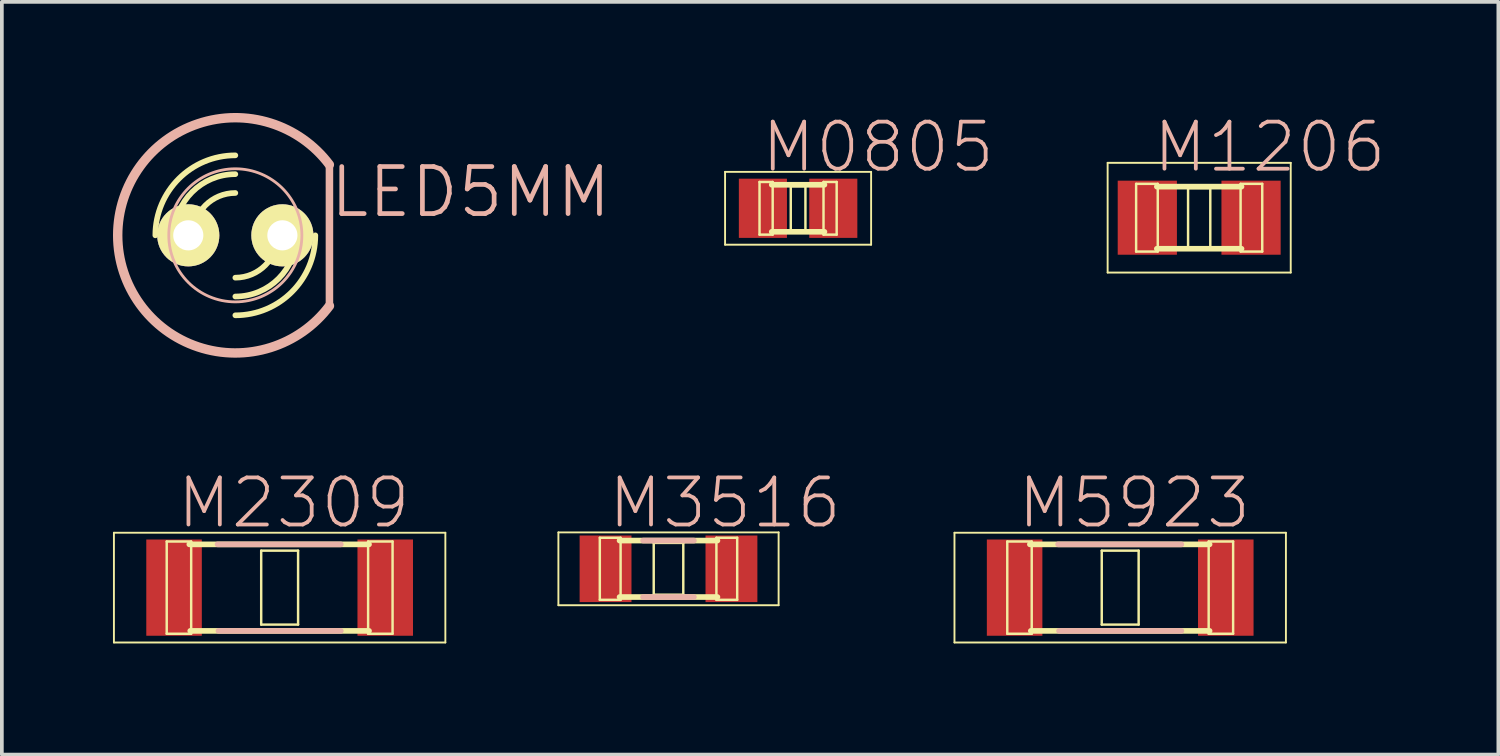
<source format=kicad_pcb>
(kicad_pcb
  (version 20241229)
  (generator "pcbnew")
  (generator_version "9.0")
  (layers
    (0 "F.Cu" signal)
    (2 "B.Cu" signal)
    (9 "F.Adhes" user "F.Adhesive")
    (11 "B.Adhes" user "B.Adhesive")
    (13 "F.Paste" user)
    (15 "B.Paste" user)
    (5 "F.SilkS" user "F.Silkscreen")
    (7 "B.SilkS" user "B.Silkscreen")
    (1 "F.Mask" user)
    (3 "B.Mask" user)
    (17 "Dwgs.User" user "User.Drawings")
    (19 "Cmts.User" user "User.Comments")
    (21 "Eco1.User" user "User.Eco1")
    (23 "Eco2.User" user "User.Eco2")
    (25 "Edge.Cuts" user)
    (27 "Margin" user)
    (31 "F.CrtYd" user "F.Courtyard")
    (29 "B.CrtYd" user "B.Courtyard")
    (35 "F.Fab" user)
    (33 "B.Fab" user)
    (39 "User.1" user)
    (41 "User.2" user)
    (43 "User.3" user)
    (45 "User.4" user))
  (footprint "M5923"
    (layer "F.Cu")
    (at 27.186 12.811)
    (property "Reference" "M5923" (at 0.381 -2.286 0) (layer "B.SilkS") (effects (font (size 1.27 1.27) (thickness 0.102))))
    (attr smd)
    (fp_line (start -4.473 -1.481) (end 4.473 -1.481) (stroke (width 0.051) (type solid)) (layer "F.SilkS"))
    (fp_line (start -4.473 1.481) (end -4.473 -1.481) (stroke (width 0.051) (type solid)) (layer "F.SilkS"))
    (fp_line (start -3.048 -1.245) (end -2.388 -1.245) (stroke (width 0.066) (type solid)) (layer "F.SilkS"))
    (fp_line (start -3.048 1.245) (end -3.048 -1.245) (stroke (width 0.066) (type solid)) (layer "F.SilkS"))
    (fp_line (start -3.048 1.245) (end -2.388 1.245) (stroke (width 0.066) (type solid)) (layer "F.SilkS"))
    (fp_line (start -2.388 1.245) (end -2.388 -1.245) (stroke (width 0.066) (type solid)) (layer "F.SilkS"))
    (fp_line (start -0.498 -0.998) (end 0.498 -0.998) (stroke (width 0.066) (type solid)) (layer "F.SilkS"))
    (fp_line (start -0.498 0.998) (end -0.498 -0.998) (stroke (width 0.066) (type solid)) (layer "F.SilkS"))
    (fp_line (start -0.498 0.998) (end 0.498 0.998) (stroke (width 0.066) (type solid)) (layer "F.SilkS"))
    (fp_line (start 0.498 0.998) (end 0.498 -0.998) (stroke (width 0.066) (type solid)) (layer "F.SilkS"))
    (fp_line (start 2.388 -1.245) (end 3.048 -1.245) (stroke (width 0.066) (type solid)) (layer "F.SilkS"))
    (fp_line (start 2.388 1.245) (end 2.388 -1.245) (stroke (width 0.066) (type solid)) (layer "F.SilkS"))
    (fp_line (start 2.388 1.245) (end 3.048 1.245) (stroke (width 0.066) (type solid)) (layer "F.SilkS"))
    (fp_line (start 2.413 -1.168) (end -2.438 -1.168) (stroke (width 0.152) (type solid)) (layer "F.SilkS"))
    (fp_line (start 2.413 1.168) (end -2.413 1.168) (stroke (width 0.152) (type solid)) (layer "F.SilkS"))
    (fp_line (start 3.048 1.245) (end 3.048 -1.245) (stroke (width 0.066) (type solid)) (layer "F.SilkS"))
    (fp_line (start 4.473 -1.481) (end 4.473 1.481) (stroke (width 0.051) (type solid)) (layer "F.SilkS"))
    (fp_line (start 4.473 1.481) (end -4.473 1.481) (stroke (width 0.051) (type solid)) (layer "F.SilkS"))
    (fp_line (start 1.651 -1.168) (end -1.676 -1.168) (stroke (width 0.152) (type solid)) (layer "B.SilkS"))
    (fp_line (start 1.651 1.168) (end -1.651 1.168) (stroke (width 0.152) (type solid)) (layer "B.SilkS"))
    (pad "1" smd rect (at -2.85 0) (size 1.499 2.598) (layers "F.Cu" "F.Mask" "F.Paste"))
    (pad "2" smd rect (at 2.85 0) (size 1.499 2.598) (layers "F.Cu" "F.Mask" "F.Paste")))
  (footprint "LED5MM"
    (layer "F.Cu")
    (at 3.302 3.302)
    (property "Reference" "LED5MM" (at 6.35 -1.168 0) (layer "B.SilkS") (effects (font (size 1.27 1.27) (thickness 0.127))))
    (attr exclude_from_pos_files exclude_from_bom)
    (fp_arc (start -2.159 0) (mid -1.526644 -1.526644) (end 0 -2.159) (stroke (width 0.1524) (type solid)) (layer "F.SilkS"))
    (fp_arc (start -1.651 0) (mid -1.167433 -1.167433) (end 0 -1.651) (stroke (width 0.1524) (type solid)) (layer "F.SilkS"))
    (fp_arc (start -1.143 0) (mid -0.808223 -0.808223) (end 0 -1.143) (stroke (width 0.1524) (type solid)) (layer "F.SilkS"))
    (fp_arc (start 1.143 0) (mid 0.808223 0.808223) (end 0 1.143) (stroke (width 0.1524) (type solid)) (layer "F.SilkS"))
    (fp_arc (start 1.651 0) (mid 1.167433 1.167433) (end 0 1.651) (stroke (width 0.1524) (type solid)) (layer "F.SilkS"))
    (fp_arc (start 2.159 0) (mid 1.526644 1.526644) (end 0 2.159) (stroke (width 0.1524) (type solid)) (layer "F.SilkS"))
    (fp_line (start 2.54 1.905) (end 2.54 -1.905) (stroke (width 0.203) (type solid)) (layer "B.SilkS"))
    (fp_arc (start 2.54 1.905) (mid -3.175 0.001668) (end 2.537997 -1.907668) (stroke (width 0.254) (type solid)) (layer "B.SilkS"))
    (fp_circle (center 0 0) (end -1.27 1.27) (stroke (width 0.076) (type solid)) (fill no) (layer "B.SilkS"))
    (pad "A" thru_hole circle (at -1.27 0) (size 1.676 1.676) (drill 0.813) (layers "*.Cu" "F.Mask" "F.SilkS" "F.Paste"))
    (pad "K" thru_hole circle (at 1.27 0) (size 1.676 1.676) (drill 0.813) (layers "*.Cu" "F.Mask" "F.SilkS" "F.Paste")))
  (footprint "M3516"
    (layer "F.Cu")
    (at 14.994 12.303)
    (property "Reference" "M3516" (at 1.524 -1.778 0) (layer "B.SilkS") (effects (font (size 1.27 1.27) (thickness 0.102))))
    (attr smd)
    (fp_line (start -2.972 -0.983) (end 2.972 -0.983) (stroke (width 0.051) (type solid)) (layer "F.SilkS"))
    (fp_line (start -2.972 0.983) (end -2.972 -0.983) (stroke (width 0.051) (type solid)) (layer "F.SilkS"))
    (fp_line (start -1.854 -0.838) (end -1.293 -0.838) (stroke (width 0.066) (type solid)) (layer "F.SilkS"))
    (fp_line (start -1.854 0.838) (end -1.854 -0.838) (stroke (width 0.066) (type solid)) (layer "F.SilkS"))
    (fp_line (start -1.854 0.838) (end -1.293 0.838) (stroke (width 0.066) (type solid)) (layer "F.SilkS"))
    (fp_line (start -1.293 0.838) (end -1.293 -0.838) (stroke (width 0.066) (type solid)) (layer "F.SilkS"))
    (fp_line (start -0.399 -0.699) (end 0.399 -0.699) (stroke (width 0.066) (type solid)) (layer "F.SilkS"))
    (fp_line (start -0.399 0.699) (end -0.399 -0.699) (stroke (width 0.066) (type solid)) (layer "F.SilkS"))
    (fp_line (start -0.399 0.699) (end 0.399 0.699) (stroke (width 0.066) (type solid)) (layer "F.SilkS"))
    (fp_line (start 0.399 0.699) (end 0.399 -0.699) (stroke (width 0.066) (type solid)) (layer "F.SilkS"))
    (fp_line (start 1.293 -0.838) (end 1.854 -0.838) (stroke (width 0.066) (type solid)) (layer "F.SilkS"))
    (fp_line (start 1.293 0.838) (end 1.293 -0.838) (stroke (width 0.066) (type solid)) (layer "F.SilkS"))
    (fp_line (start 1.293 0.838) (end 1.854 0.838) (stroke (width 0.066) (type solid)) (layer "F.SilkS"))
    (fp_line (start 1.321 -0.762) (end -1.321 -0.762) (stroke (width 0.152) (type solid)) (layer "F.SilkS"))
    (fp_line (start 1.321 0.762) (end -1.321 0.762) (stroke (width 0.152) (type solid)) (layer "F.SilkS"))
    (fp_line (start 1.854 0.838) (end 1.854 -0.838) (stroke (width 0.066) (type solid)) (layer "F.SilkS"))
    (fp_line (start 2.972 -0.983) (end 2.972 0.983) (stroke (width 0.051) (type solid)) (layer "F.SilkS"))
    (fp_line (start 2.972 0.983) (end -2.972 0.983) (stroke (width 0.051) (type solid)) (layer "F.SilkS"))
    (fp_line (start 0.686 -0.762) (end -0.686 -0.762) (stroke (width 0.152) (type solid)) (layer "B.SilkS"))
    (fp_line (start 0.686 0.762) (end -0.686 0.762) (stroke (width 0.152) (type solid)) (layer "B.SilkS"))
    (pad "1" smd rect (at -1.699 0) (size 1.4 1.798) (layers "F.Cu" "F.Mask" "F.Paste"))
    (pad "2" smd rect (at 1.699 0) (size 1.4 1.798) (layers "F.Cu" "F.Mask" "F.Paste")))
  (footprint "M1206"
    (layer "F.Cu")
    (at 29.318 2.826)
    (property "Reference" "M1206" (at 1.905 -1.905 0) (layer "B.SilkS") (effects (font (size 1.27 1.27) (thickness 0.102))))
    (attr smd)
    (fp_line (start -2.471 -1.481) (end 2.471 -1.481) (stroke (width 0.051) (type solid)) (layer "F.SilkS"))
    (fp_line (start -2.471 1.481) (end -2.471 -1.481) (stroke (width 0.051) (type solid)) (layer "F.SilkS"))
    (fp_line (start -1.702 -0.914) (end -1.118 -0.914) (stroke (width 0.066) (type solid)) (layer "F.SilkS"))
    (fp_line (start -1.702 0.914) (end -1.702 -0.914) (stroke (width 0.066) (type solid)) (layer "F.SilkS"))
    (fp_line (start -1.702 0.914) (end -1.118 0.914) (stroke (width 0.066) (type solid)) (layer "F.SilkS"))
    (fp_line (start -1.118 0.914) (end -1.118 -0.914) (stroke (width 0.066) (type solid)) (layer "F.SilkS"))
    (fp_line (start -0.3 -0.8) (end 0.3 -0.8) (stroke (width 0.066) (type solid)) (layer "F.SilkS"))
    (fp_line (start -0.3 0.8) (end -0.3 -0.8) (stroke (width 0.066) (type solid)) (layer "F.SilkS"))
    (fp_line (start -0.3 0.8) (end 0.3 0.8) (stroke (width 0.066) (type solid)) (layer "F.SilkS"))
    (fp_line (start 0.3 0.8) (end 0.3 -0.8) (stroke (width 0.066) (type solid)) (layer "F.SilkS"))
    (fp_line (start 1.118 -0.914) (end 1.702 -0.914) (stroke (width 0.066) (type solid)) (layer "F.SilkS"))
    (fp_line (start 1.118 0.914) (end 1.118 -0.914) (stroke (width 0.066) (type solid)) (layer "F.SilkS"))
    (fp_line (start 1.118 0.914) (end 1.702 0.914) (stroke (width 0.066) (type solid)) (layer "F.SilkS"))
    (fp_line (start 1.143 -0.838) (end -1.143 -0.838) (stroke (width 0.152) (type solid)) (layer "F.SilkS"))
    (fp_line (start 1.143 0.838) (end -1.143 0.838) (stroke (width 0.152) (type solid)) (layer "F.SilkS"))
    (fp_line (start 1.702 0.914) (end 1.702 -0.914) (stroke (width 0.066) (type solid)) (layer "F.SilkS"))
    (fp_line (start 2.471 -1.481) (end 2.471 1.481) (stroke (width 0.051) (type solid)) (layer "F.SilkS"))
    (fp_line (start 2.471 1.481) (end -2.471 1.481) (stroke (width 0.051) (type solid)) (layer "F.SilkS"))
    (pad "1" smd rect (at -1.4 0) (size 1.598 1.999) (layers "F.Cu" "F.Mask" "F.Paste"))
    (pad "2" smd rect (at 1.4 0) (size 1.598 1.999) (layers "F.Cu" "F.Mask" "F.Paste")))
  (footprint "M2309"
    (layer "F.Cu")
    (at 4.498 12.811)
    (property "Reference" "M2309" (at 0.381 -2.286 0) (layer "B.SilkS") (effects (font (size 1.27 1.27) (thickness 0.102))))
    (attr smd)
    (fp_line (start -4.473 -1.481) (end 4.473 -1.481) (stroke (width 0.051) (type solid)) (layer "F.SilkS"))
    (fp_line (start -4.473 1.481) (end -4.473 -1.481) (stroke (width 0.051) (type solid)) (layer "F.SilkS"))
    (fp_line (start -3.048 -1.245) (end -2.388 -1.245) (stroke (width 0.066) (type solid)) (layer "F.SilkS"))
    (fp_line (start -3.048 1.245) (end -3.048 -1.245) (stroke (width 0.066) (type solid)) (layer "F.SilkS"))
    (fp_line (start -3.048 1.245) (end -2.388 1.245) (stroke (width 0.066) (type solid)) (layer "F.SilkS"))
    (fp_line (start -2.388 1.245) (end -2.388 -1.245) (stroke (width 0.066) (type solid)) (layer "F.SilkS"))
    (fp_line (start -0.498 -0.998) (end 0.498 -0.998) (stroke (width 0.066) (type solid)) (layer "F.SilkS"))
    (fp_line (start -0.498 0.998) (end -0.498 -0.998) (stroke (width 0.066) (type solid)) (layer "F.SilkS"))
    (fp_line (start -0.498 0.998) (end 0.498 0.998) (stroke (width 0.066) (type solid)) (layer "F.SilkS"))
    (fp_line (start 0.498 0.998) (end 0.498 -0.998) (stroke (width 0.066) (type solid)) (layer "F.SilkS"))
    (fp_line (start 2.388 -1.245) (end 3.048 -1.245) (stroke (width 0.066) (type solid)) (layer "F.SilkS"))
    (fp_line (start 2.388 1.245) (end 2.388 -1.245) (stroke (width 0.066) (type solid)) (layer "F.SilkS"))
    (fp_line (start 2.388 1.245) (end 3.048 1.245) (stroke (width 0.066) (type solid)) (layer "F.SilkS"))
    (fp_line (start 2.413 -1.168) (end -2.438 -1.168) (stroke (width 0.152) (type solid)) (layer "F.SilkS"))
    (fp_line (start 2.413 1.168) (end -2.413 1.168) (stroke (width 0.152) (type solid)) (layer "F.SilkS"))
    (fp_line (start 3.048 1.245) (end 3.048 -1.245) (stroke (width 0.066) (type solid)) (layer "F.SilkS"))
    (fp_line (start 4.473 -1.481) (end 4.473 1.481) (stroke (width 0.051) (type solid)) (layer "F.SilkS"))
    (fp_line (start 4.473 1.481) (end -4.473 1.481) (stroke (width 0.051) (type solid)) (layer "F.SilkS"))
    (fp_line (start 1.651 -1.168) (end -1.676 -1.168) (stroke (width 0.152) (type solid)) (layer "B.SilkS"))
    (fp_line (start 1.651 1.168) (end -1.651 1.168) (stroke (width 0.152) (type solid)) (layer "B.SilkS"))
    (pad "1" smd rect (at -2.85 0) (size 1.499 2.598) (layers "F.Cu" "F.Mask" "F.Paste"))
    (pad "2" smd rect (at 2.85 0) (size 1.499 2.598) (layers "F.Cu" "F.Mask" "F.Paste")))
  (footprint "M0805"
    (layer "F.Cu")
    (at 18.492 2.572)
    (property "Reference" "M0805" (at 2.159 -1.651 0) (layer "B.SilkS") (effects (font (size 1.27 1.27) (thickness 0.102))))
    (attr smd)
    (fp_line (start -1.971 -0.983) (end 1.971 -0.983) (stroke (width 0.051) (type solid)) (layer "F.SilkS"))
    (fp_line (start -1.971 0.983) (end -1.971 -0.983) (stroke (width 0.051) (type solid)) (layer "F.SilkS"))
    (fp_line (start -1.041 -0.711) (end -0.686 -0.711) (stroke (width 0.066) (type solid)) (layer "F.SilkS"))
    (fp_line (start -1.041 0.711) (end -1.041 -0.711) (stroke (width 0.066) (type solid)) (layer "F.SilkS"))
    (fp_line (start -1.041 0.711) (end -0.686 0.711) (stroke (width 0.066) (type solid)) (layer "F.SilkS"))
    (fp_line (start -0.686 0.711) (end -0.686 -0.711) (stroke (width 0.066) (type solid)) (layer "F.SilkS"))
    (fp_line (start -0.198 -0.599) (end 0.198 -0.599) (stroke (width 0.066) (type solid)) (layer "F.SilkS"))
    (fp_line (start -0.198 0.599) (end -0.198 -0.599) (stroke (width 0.066) (type solid)) (layer "F.SilkS"))
    (fp_line (start -0.198 0.599) (end 0.198 0.599) (stroke (width 0.066) (type solid)) (layer "F.SilkS"))
    (fp_line (start 0.198 0.599) (end 0.198 -0.599) (stroke (width 0.066) (type solid)) (layer "F.SilkS"))
    (fp_line (start 0.686 -0.711) (end 1.041 -0.711) (stroke (width 0.066) (type solid)) (layer "F.SilkS"))
    (fp_line (start 0.686 0.711) (end 0.686 -0.711) (stroke (width 0.066) (type solid)) (layer "F.SilkS"))
    (fp_line (start 0.686 0.711) (end 1.041 0.711) (stroke (width 0.066) (type solid)) (layer "F.SilkS"))
    (fp_line (start 0.711 -0.635) (end -0.711 -0.635) (stroke (width 0.152) (type solid)) (layer "F.SilkS"))
    (fp_line (start 0.711 0.635) (end -0.711 0.635) (stroke (width 0.152) (type solid)) (layer "F.SilkS"))
    (fp_line (start 1.041 0.711) (end 1.041 -0.711) (stroke (width 0.066) (type solid)) (layer "F.SilkS"))
    (fp_line (start 1.971 -0.983) (end 1.971 0.983) (stroke (width 0.051) (type solid)) (layer "F.SilkS"))
    (fp_line (start 1.971 0.983) (end -1.971 0.983) (stroke (width 0.051) (type solid)) (layer "F.SilkS"))
    (pad "1" smd rect (at -0.95 0) (size 1.298 1.598) (layers "F.Cu" "F.Mask" "F.Paste"))
    (pad "2" smd rect (at 0.95 0) (size 1.298 1.598) (layers "F.Cu" "F.Mask" "F.Paste")))
  (gr_rect
    (start -3 -3)
    (end 37.393 17.317)
    (stroke (width 0.1) (type default))
    (fill no)
    (layer "Edge.Cuts")))
</source>
